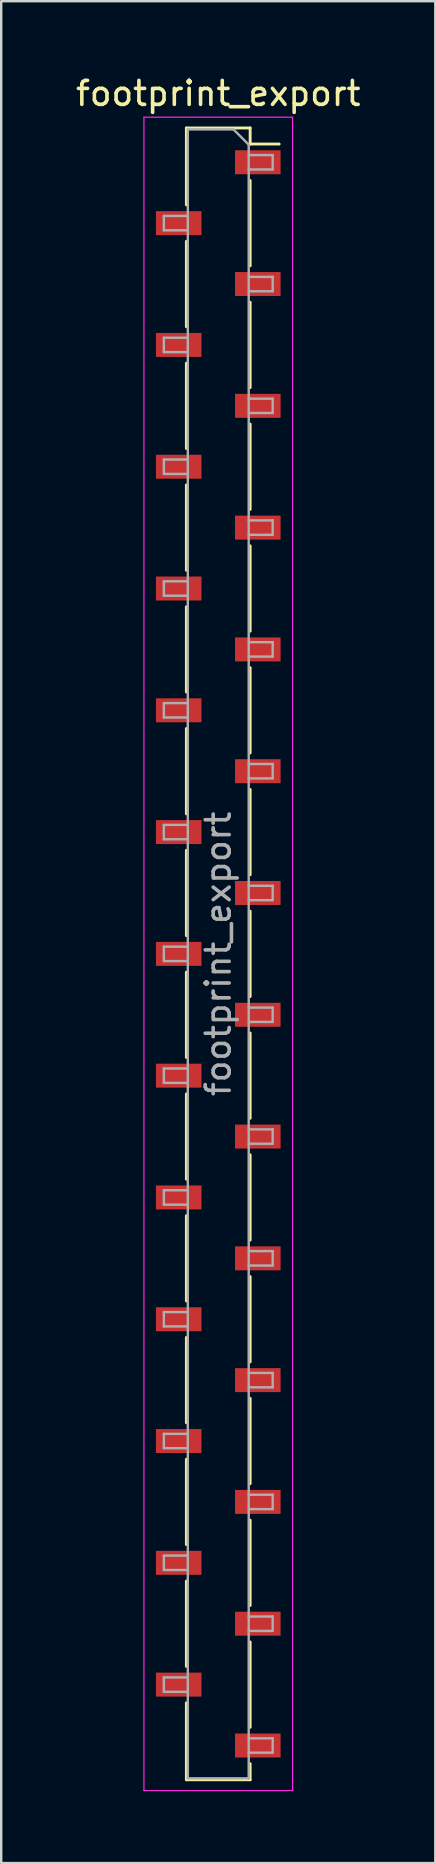
<source format=kicad_pcb>
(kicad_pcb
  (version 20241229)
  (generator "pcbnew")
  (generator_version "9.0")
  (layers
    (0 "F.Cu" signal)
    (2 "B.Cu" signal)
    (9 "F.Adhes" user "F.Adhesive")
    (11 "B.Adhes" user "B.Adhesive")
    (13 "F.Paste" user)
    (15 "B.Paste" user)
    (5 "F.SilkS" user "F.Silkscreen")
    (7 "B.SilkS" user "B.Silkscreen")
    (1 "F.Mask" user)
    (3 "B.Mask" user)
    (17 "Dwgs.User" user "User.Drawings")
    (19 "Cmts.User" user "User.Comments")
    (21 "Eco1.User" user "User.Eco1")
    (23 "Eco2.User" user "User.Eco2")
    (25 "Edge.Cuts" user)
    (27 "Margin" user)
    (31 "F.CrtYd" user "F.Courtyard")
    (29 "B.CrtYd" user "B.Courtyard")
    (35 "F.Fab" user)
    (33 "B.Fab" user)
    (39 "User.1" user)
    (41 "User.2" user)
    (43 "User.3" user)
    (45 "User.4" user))
  (footprint "footprint_export"
    (layer "F.Cu")
    (at 6.054 36.738)
    (property "Reference" "footprint_export" (at 0 -35.89 0) (layer "F.SilkS") (effects (font (size 1 1) (thickness 0.15))))
    (attr smd)
    (fp_line (start -1.33 -34.45) (end -1.33 -31.24) (stroke (width 0.12) (type solid)) (layer "F.SilkS"))
    (fp_line (start -1.33 -34.45) (end 1.33 -34.45) (stroke (width 0.12) (type solid)) (layer "F.SilkS"))
    (fp_line (start -1.33 -29.72) (end -1.33 -26.16) (stroke (width 0.12) (type solid)) (layer "F.SilkS"))
    (fp_line (start -1.33 -24.64) (end -1.33 -21.08) (stroke (width 0.12) (type solid)) (layer "F.SilkS"))
    (fp_line (start -1.33 -19.56) (end -1.33 -16) (stroke (width 0.12) (type solid)) (layer "F.SilkS"))
    (fp_line (start -1.33 -14.48) (end -1.33 -10.92) (stroke (width 0.12) (type solid)) (layer "F.SilkS"))
    (fp_line (start -1.33 -9.4) (end -1.33 -5.84) (stroke (width 0.12) (type solid)) (layer "F.SilkS"))
    (fp_line (start -1.33 -4.32) (end -1.33 -0.76) (stroke (width 0.12) (type solid)) (layer "F.SilkS"))
    (fp_line (start -1.33 0.76) (end -1.33 4.32) (stroke (width 0.12) (type solid)) (layer "F.SilkS"))
    (fp_line (start -1.33 5.84) (end -1.33 9.4) (stroke (width 0.12) (type solid)) (layer "F.SilkS"))
    (fp_line (start -1.33 10.92) (end -1.33 14.48) (stroke (width 0.12) (type solid)) (layer "F.SilkS"))
    (fp_line (start -1.33 16) (end -1.33 19.56) (stroke (width 0.12) (type solid)) (layer "F.SilkS"))
    (fp_line (start -1.33 21.08) (end -1.33 24.64) (stroke (width 0.12) (type solid)) (layer "F.SilkS"))
    (fp_line (start -1.33 26.16) (end -1.33 29.72) (stroke (width 0.12) (type solid)) (layer "F.SilkS"))
    (fp_line (start -1.33 31.24) (end -1.33 34.45) (stroke (width 0.12) (type solid)) (layer "F.SilkS"))
    (fp_line (start -1.33 34.45) (end 1.33 34.45) (stroke (width 0.12) (type solid)) (layer "F.SilkS"))
    (fp_line (start 1.33 -34.45) (end 1.33 -33.78) (stroke (width 0.12) (type solid)) (layer "F.SilkS"))
    (fp_line (start 1.33 -33.78) (end 2.54 -33.78) (stroke (width 0.12) (type solid)) (layer "F.SilkS"))
    (fp_line (start 1.33 -32.26) (end 1.33 -28.7) (stroke (width 0.12) (type solid)) (layer "F.SilkS"))
    (fp_line (start 1.33 -27.18) (end 1.33 -23.62) (stroke (width 0.12) (type solid)) (layer "F.SilkS"))
    (fp_line (start 1.33 -22.1) (end 1.33 -18.54) (stroke (width 0.12) (type solid)) (layer "F.SilkS"))
    (fp_line (start 1.33 -17.02) (end 1.33 -13.46) (stroke (width 0.12) (type solid)) (layer "F.SilkS"))
    (fp_line (start 1.33 -11.94) (end 1.33 -8.38) (stroke (width 0.12) (type solid)) (layer "F.SilkS"))
    (fp_line (start 1.33 -6.86) (end 1.33 -3.3) (stroke (width 0.12) (type solid)) (layer "F.SilkS"))
    (fp_line (start 1.33 -1.78) (end 1.33 1.78) (stroke (width 0.12) (type solid)) (layer "F.SilkS"))
    (fp_line (start 1.33 3.3) (end 1.33 6.86) (stroke (width 0.12) (type solid)) (layer "F.SilkS"))
    (fp_line (start 1.33 8.38) (end 1.33 11.94) (stroke (width 0.12) (type solid)) (layer "F.SilkS"))
    (fp_line (start 1.33 13.46) (end 1.33 17.02) (stroke (width 0.12) (type solid)) (layer "F.SilkS"))
    (fp_line (start 1.33 18.54) (end 1.33 22.1) (stroke (width 0.12) (type solid)) (layer "F.SilkS"))
    (fp_line (start 1.33 23.62) (end 1.33 27.18) (stroke (width 0.12) (type solid)) (layer "F.SilkS"))
    (fp_line (start 1.33 28.7) (end 1.33 32.26) (stroke (width 0.12) (type solid)) (layer "F.SilkS"))
    (fp_line (start 1.33 33.78) (end 1.33 34.45) (stroke (width 0.12) (type solid)) (layer "F.SilkS"))
    (fp_line (start -3.1 -34.9) (end 3.1 -34.9) (stroke (width 0.05) (type solid)) (layer "F.CrtYd"))
    (fp_line (start -3.1 34.9) (end -3.1 -34.9) (stroke (width 0.05) (type solid)) (layer "F.CrtYd"))
    (fp_line (start 3.1 -34.9) (end 3.1 34.9) (stroke (width 0.05) (type solid)) (layer "F.CrtYd"))
    (fp_line (start 3.1 34.9) (end -3.1 34.9) (stroke (width 0.05) (type solid)) (layer "F.CrtYd"))
    (fp_line (start -2.27 -30.78) (end -1.27 -30.78) (stroke (width 0.1) (type solid)) (layer "F.Fab"))
    (fp_line (start -2.27 -30.18) (end -2.27 -30.78) (stroke (width 0.1) (type solid)) (layer "F.Fab"))
    (fp_line (start -2.27 -25.7) (end -1.27 -25.7) (stroke (width 0.1) (type solid)) (layer "F.Fab"))
    (fp_line (start -2.27 -25.1) (end -2.27 -25.7) (stroke (width 0.1) (type solid)) (layer "F.Fab"))
    (fp_line (start -2.27 -20.62) (end -1.27 -20.62) (stroke (width 0.1) (type solid)) (layer "F.Fab"))
    (fp_line (start -2.27 -20.02) (end -2.27 -20.62) (stroke (width 0.1) (type solid)) (layer "F.Fab"))
    (fp_line (start -2.27 -15.54) (end -1.27 -15.54) (stroke (width 0.1) (type solid)) (layer "F.Fab"))
    (fp_line (start -2.27 -14.94) (end -2.27 -15.54) (stroke (width 0.1) (type solid)) (layer "F.Fab"))
    (fp_line (start -2.27 -10.46) (end -1.27 -10.46) (stroke (width 0.1) (type solid)) (layer "F.Fab"))
    (fp_line (start -2.27 -9.86) (end -2.27 -10.46) (stroke (width 0.1) (type solid)) (layer "F.Fab"))
    (fp_line (start -2.27 -5.38) (end -1.27 -5.38) (stroke (width 0.1) (type solid)) (layer "F.Fab"))
    (fp_line (start -2.27 -4.78) (end -2.27 -5.38) (stroke (width 0.1) (type solid)) (layer "F.Fab"))
    (fp_line (start -2.27 -0.3) (end -1.27 -0.3) (stroke (width 0.1) (type solid)) (layer "F.Fab"))
    (fp_line (start -2.27 0.3) (end -2.27 -0.3) (stroke (width 0.1) (type solid)) (layer "F.Fab"))
    (fp_line (start -2.27 4.78) (end -1.27 4.78) (stroke (width 0.1) (type solid)) (layer "F.Fab"))
    (fp_line (start -2.27 5.38) (end -2.27 4.78) (stroke (width 0.1) (type solid)) (layer "F.Fab"))
    (fp_line (start -2.27 9.86) (end -1.27 9.86) (stroke (width 0.1) (type solid)) (layer "F.Fab"))
    (fp_line (start -2.27 10.46) (end -2.27 9.86) (stroke (width 0.1) (type solid)) (layer "F.Fab"))
    (fp_line (start -2.27 14.94) (end -1.27 14.94) (stroke (width 0.1) (type solid)) (layer "F.Fab"))
    (fp_line (start -2.27 15.54) (end -2.27 14.94) (stroke (width 0.1) (type solid)) (layer "F.Fab"))
    (fp_line (start -2.27 20.02) (end -1.27 20.02) (stroke (width 0.1) (type solid)) (layer "F.Fab"))
    (fp_line (start -2.27 20.62) (end -2.27 20.02) (stroke (width 0.1) (type solid)) (layer "F.Fab"))
    (fp_line (start -2.27 25.1) (end -1.27 25.1) (stroke (width 0.1) (type solid)) (layer "F.Fab"))
    (fp_line (start -2.27 25.7) (end -2.27 25.1) (stroke (width 0.1) (type solid)) (layer "F.Fab"))
    (fp_line (start -2.27 30.18) (end -1.27 30.18) (stroke (width 0.1) (type solid)) (layer "F.Fab"))
    (fp_line (start -2.27 30.78) (end -2.27 30.18) (stroke (width 0.1) (type solid)) (layer "F.Fab"))
    (fp_line (start -1.27 -34.39) (end 0.635 -34.39) (stroke (width 0.1) (type solid)) (layer "F.Fab"))
    (fp_line (start -1.27 -30.18) (end -2.27 -30.18) (stroke (width 0.1) (type solid)) (layer "F.Fab"))
    (fp_line (start -1.27 -25.1) (end -2.27 -25.1) (stroke (width 0.1) (type solid)) (layer "F.Fab"))
    (fp_line (start -1.27 -20.02) (end -2.27 -20.02) (stroke (width 0.1) (type solid)) (layer "F.Fab"))
    (fp_line (start -1.27 -14.94) (end -2.27 -14.94) (stroke (width 0.1) (type solid)) (layer "F.Fab"))
    (fp_line (start -1.27 -9.86) (end -2.27 -9.86) (stroke (width 0.1) (type solid)) (layer "F.Fab"))
    (fp_line (start -1.27 -4.78) (end -2.27 -4.78) (stroke (width 0.1) (type solid)) (layer "F.Fab"))
    (fp_line (start -1.27 0.3) (end -2.27 0.3) (stroke (width 0.1) (type solid)) (layer "F.Fab"))
    (fp_line (start -1.27 5.38) (end -2.27 5.38) (stroke (width 0.1) (type solid)) (layer "F.Fab"))
    (fp_line (start -1.27 10.46) (end -2.27 10.46) (stroke (width 0.1) (type solid)) (layer "F.Fab"))
    (fp_line (start -1.27 15.54) (end -2.27 15.54) (stroke (width 0.1) (type solid)) (layer "F.Fab"))
    (fp_line (start -1.27 20.62) (end -2.27 20.62) (stroke (width 0.1) (type solid)) (layer "F.Fab"))
    (fp_line (start -1.27 25.7) (end -2.27 25.7) (stroke (width 0.1) (type solid)) (layer "F.Fab"))
    (fp_line (start -1.27 30.78) (end -2.27 30.78) (stroke (width 0.1) (type solid)) (layer "F.Fab"))
    (fp_line (start -1.27 34.39) (end -1.27 -34.39) (stroke (width 0.1) (type solid)) (layer "F.Fab"))
    (fp_line (start 0.635 -34.39) (end 1.27 -33.755) (stroke (width 0.1) (type solid)) (layer "F.Fab"))
    (fp_line (start 1.27 -33.755) (end 1.27 34.39) (stroke (width 0.1) (type solid)) (layer "F.Fab"))
    (fp_line (start 1.27 -33.32) (end 2.27 -33.32) (stroke (width 0.1) (type solid)) (layer "F.Fab"))
    (fp_line (start 1.27 -28.24) (end 2.27 -28.24) (stroke (width 0.1) (type solid)) (layer "F.Fab"))
    (fp_line (start 1.27 -23.16) (end 2.27 -23.16) (stroke (width 0.1) (type solid)) (layer "F.Fab"))
    (fp_line (start 1.27 -18.08) (end 2.27 -18.08) (stroke (width 0.1) (type solid)) (layer "F.Fab"))
    (fp_line (start 1.27 -13) (end 2.27 -13) (stroke (width 0.1) (type solid)) (layer "F.Fab"))
    (fp_line (start 1.27 -7.92) (end 2.27 -7.92) (stroke (width 0.1) (type solid)) (layer "F.Fab"))
    (fp_line (start 1.27 -2.84) (end 2.27 -2.84) (stroke (width 0.1) (type solid)) (layer "F.Fab"))
    (fp_line (start 1.27 2.24) (end 2.27 2.24) (stroke (width 0.1) (type solid)) (layer "F.Fab"))
    (fp_line (start 1.27 7.32) (end 2.27 7.32) (stroke (width 0.1) (type solid)) (layer "F.Fab"))
    (fp_line (start 1.27 12.4) (end 2.27 12.4) (stroke (width 0.1) (type solid)) (layer "F.Fab"))
    (fp_line (start 1.27 17.48) (end 2.27 17.48) (stroke (width 0.1) (type solid)) (layer "F.Fab"))
    (fp_line (start 1.27 22.56) (end 2.27 22.56) (stroke (width 0.1) (type solid)) (layer "F.Fab"))
    (fp_line (start 1.27 27.64) (end 2.27 27.64) (stroke (width 0.1) (type solid)) (layer "F.Fab"))
    (fp_line (start 1.27 32.72) (end 2.27 32.72) (stroke (width 0.1) (type solid)) (layer "F.Fab"))
    (fp_line (start 1.27 34.39) (end -1.27 34.39) (stroke (width 0.1) (type solid)) (layer "F.Fab"))
    (fp_line (start 2.27 -33.32) (end 2.27 -32.72) (stroke (width 0.1) (type solid)) (layer "F.Fab"))
    (fp_line (start 2.27 -32.72) (end 1.27 -32.72) (stroke (width 0.1) (type solid)) (layer "F.Fab"))
    (fp_line (start 2.27 -28.24) (end 2.27 -27.64) (stroke (width 0.1) (type solid)) (layer "F.Fab"))
    (fp_line (start 2.27 -27.64) (end 1.27 -27.64) (stroke (width 0.1) (type solid)) (layer "F.Fab"))
    (fp_line (start 2.27 -23.16) (end 2.27 -22.56) (stroke (width 0.1) (type solid)) (layer "F.Fab"))
    (fp_line (start 2.27 -22.56) (end 1.27 -22.56) (stroke (width 0.1) (type solid)) (layer "F.Fab"))
    (fp_line (start 2.27 -18.08) (end 2.27 -17.48) (stroke (width 0.1) (type solid)) (layer "F.Fab"))
    (fp_line (start 2.27 -17.48) (end 1.27 -17.48) (stroke (width 0.1) (type solid)) (layer "F.Fab"))
    (fp_line (start 2.27 -13) (end 2.27 -12.4) (stroke (width 0.1) (type solid)) (layer "F.Fab"))
    (fp_line (start 2.27 -12.4) (end 1.27 -12.4) (stroke (width 0.1) (type solid)) (layer "F.Fab"))
    (fp_line (start 2.27 -7.92) (end 2.27 -7.32) (stroke (width 0.1) (type solid)) (layer "F.Fab"))
    (fp_line (start 2.27 -7.32) (end 1.27 -7.32) (stroke (width 0.1) (type solid)) (layer "F.Fab"))
    (fp_line (start 2.27 -2.84) (end 2.27 -2.24) (stroke (width 0.1) (type solid)) (layer "F.Fab"))
    (fp_line (start 2.27 -2.24) (end 1.27 -2.24) (stroke (width 0.1) (type solid)) (layer "F.Fab"))
    (fp_line (start 2.27 2.24) (end 2.27 2.84) (stroke (width 0.1) (type solid)) (layer "F.Fab"))
    (fp_line (start 2.27 2.84) (end 1.27 2.84) (stroke (width 0.1) (type solid)) (layer "F.Fab"))
    (fp_line (start 2.27 7.32) (end 2.27 7.92) (stroke (width 0.1) (type solid)) (layer "F.Fab"))
    (fp_line (start 2.27 7.92) (end 1.27 7.92) (stroke (width 0.1) (type solid)) (layer "F.Fab"))
    (fp_line (start 2.27 12.4) (end 2.27 13) (stroke (width 0.1) (type solid)) (layer "F.Fab"))
    (fp_line (start 2.27 13) (end 1.27 13) (stroke (width 0.1) (type solid)) (layer "F.Fab"))
    (fp_line (start 2.27 17.48) (end 2.27 18.08) (stroke (width 0.1) (type solid)) (layer "F.Fab"))
    (fp_line (start 2.27 18.08) (end 1.27 18.08) (stroke (width 0.1) (type solid)) (layer "F.Fab"))
    (fp_line (start 2.27 22.56) (end 2.27 23.16) (stroke (width 0.1) (type solid)) (layer "F.Fab"))
    (fp_line (start 2.27 23.16) (end 1.27 23.16) (stroke (width 0.1) (type solid)) (layer "F.Fab"))
    (fp_line (start 2.27 27.64) (end 2.27 28.24) (stroke (width 0.1) (type solid)) (layer "F.Fab"))
    (fp_line (start 2.27 28.24) (end 1.27 28.24) (stroke (width 0.1) (type solid)) (layer "F.Fab"))
    (fp_line (start 2.27 32.72) (end 2.27 33.32) (stroke (width 0.1) (type solid)) (layer "F.Fab"))
    (fp_line (start 2.27 33.32) (end 1.27 33.32) (stroke (width 0.1) (type solid)) (layer "F.Fab"))
    (fp_text user "${REFERENCE}" (at 0 0 90) (layer "F.Fab") (effects (font (size 1 1) (thickness 0.15))))
    (pad "1" smd rect (at 1.65 -33.02) (size 1.9 1) (layers "F.Cu" "F.Mask" "F.Paste"))
    (pad "2" smd rect (at -1.65 -30.48) (size 1.9 1) (layers "F.Cu" "F.Mask" "F.Paste"))
    (pad "3" smd rect (at 1.65 -27.94) (size 1.9 1) (layers "F.Cu" "F.Mask" "F.Paste"))
    (pad "4" smd rect (at -1.65 -25.4) (size 1.9 1) (layers "F.Cu" "F.Mask" "F.Paste"))
    (pad "5" smd rect (at 1.65 -22.86) (size 1.9 1) (layers "F.Cu" "F.Mask" "F.Paste"))
    (pad "6" smd rect (at -1.65 -20.32) (size 1.9 1) (layers "F.Cu" "F.Mask" "F.Paste"))
    (pad "7" smd rect (at 1.65 -17.78) (size 1.9 1) (layers "F.Cu" "F.Mask" "F.Paste"))
    (pad "8" smd rect (at -1.65 -15.24) (size 1.9 1) (layers "F.Cu" "F.Mask" "F.Paste"))
    (pad "9" smd rect (at 1.65 -12.7) (size 1.9 1) (layers "F.Cu" "F.Mask" "F.Paste"))
    (pad "10" smd rect (at -1.65 -10.16) (size 1.9 1) (layers "F.Cu" "F.Mask" "F.Paste"))
    (pad "11" smd rect (at 1.65 -7.62) (size 1.9 1) (layers "F.Cu" "F.Mask" "F.Paste"))
    (pad "12" smd rect (at -1.65 -5.08) (size 1.9 1) (layers "F.Cu" "F.Mask" "F.Paste"))
    (pad "13" smd rect (at 1.65 -2.54) (size 1.9 1) (layers "F.Cu" "F.Mask" "F.Paste"))
    (pad "14" smd rect (at -1.65 0) (size 1.9 1) (layers "F.Cu" "F.Mask" "F.Paste"))
    (pad "15" smd rect (at 1.65 2.54) (size 1.9 1) (layers "F.Cu" "F.Mask" "F.Paste"))
    (pad "16" smd rect (at -1.65 5.08) (size 1.9 1) (layers "F.Cu" "F.Mask" "F.Paste"))
    (pad "17" smd rect (at 1.65 7.62) (size 1.9 1) (layers "F.Cu" "F.Mask" "F.Paste"))
    (pad "18" smd rect (at -1.65 10.16) (size 1.9 1) (layers "F.Cu" "F.Mask" "F.Paste"))
    (pad "19" smd rect (at 1.65 12.7) (size 1.9 1) (layers "F.Cu" "F.Mask" "F.Paste"))
    (pad "20" smd rect (at -1.65 15.24) (size 1.9 1) (layers "F.Cu" "F.Mask" "F.Paste"))
    (pad "21" smd rect (at 1.65 17.78) (size 1.9 1) (layers "F.Cu" "F.Mask" "F.Paste"))
    (pad "22" smd rect (at -1.65 20.32) (size 1.9 1) (layers "F.Cu" "F.Mask" "F.Paste"))
    (pad "23" smd rect (at 1.65 22.86) (size 1.9 1) (layers "F.Cu" "F.Mask" "F.Paste"))
    (pad "24" smd rect (at -1.65 25.4) (size 1.9 1) (layers "F.Cu" "F.Mask" "F.Paste"))
    (pad "25" smd rect (at 1.65 27.94) (size 1.9 1) (layers "F.Cu" "F.Mask" "F.Paste"))
    (pad "26" smd rect (at -1.65 30.48) (size 1.9 1) (layers "F.Cu" "F.Mask" "F.Paste"))
    (pad "27" smd rect (at 1.65 33.02) (size 1.9 1) (layers "F.Cu" "F.Mask" "F.Paste")))
  (gr_rect
    (start -3 -3)
    (end 15.107 74.663)
    (stroke (width 0.1) (type default))
    (fill no)
    (layer "Edge.Cuts")))
</source>
